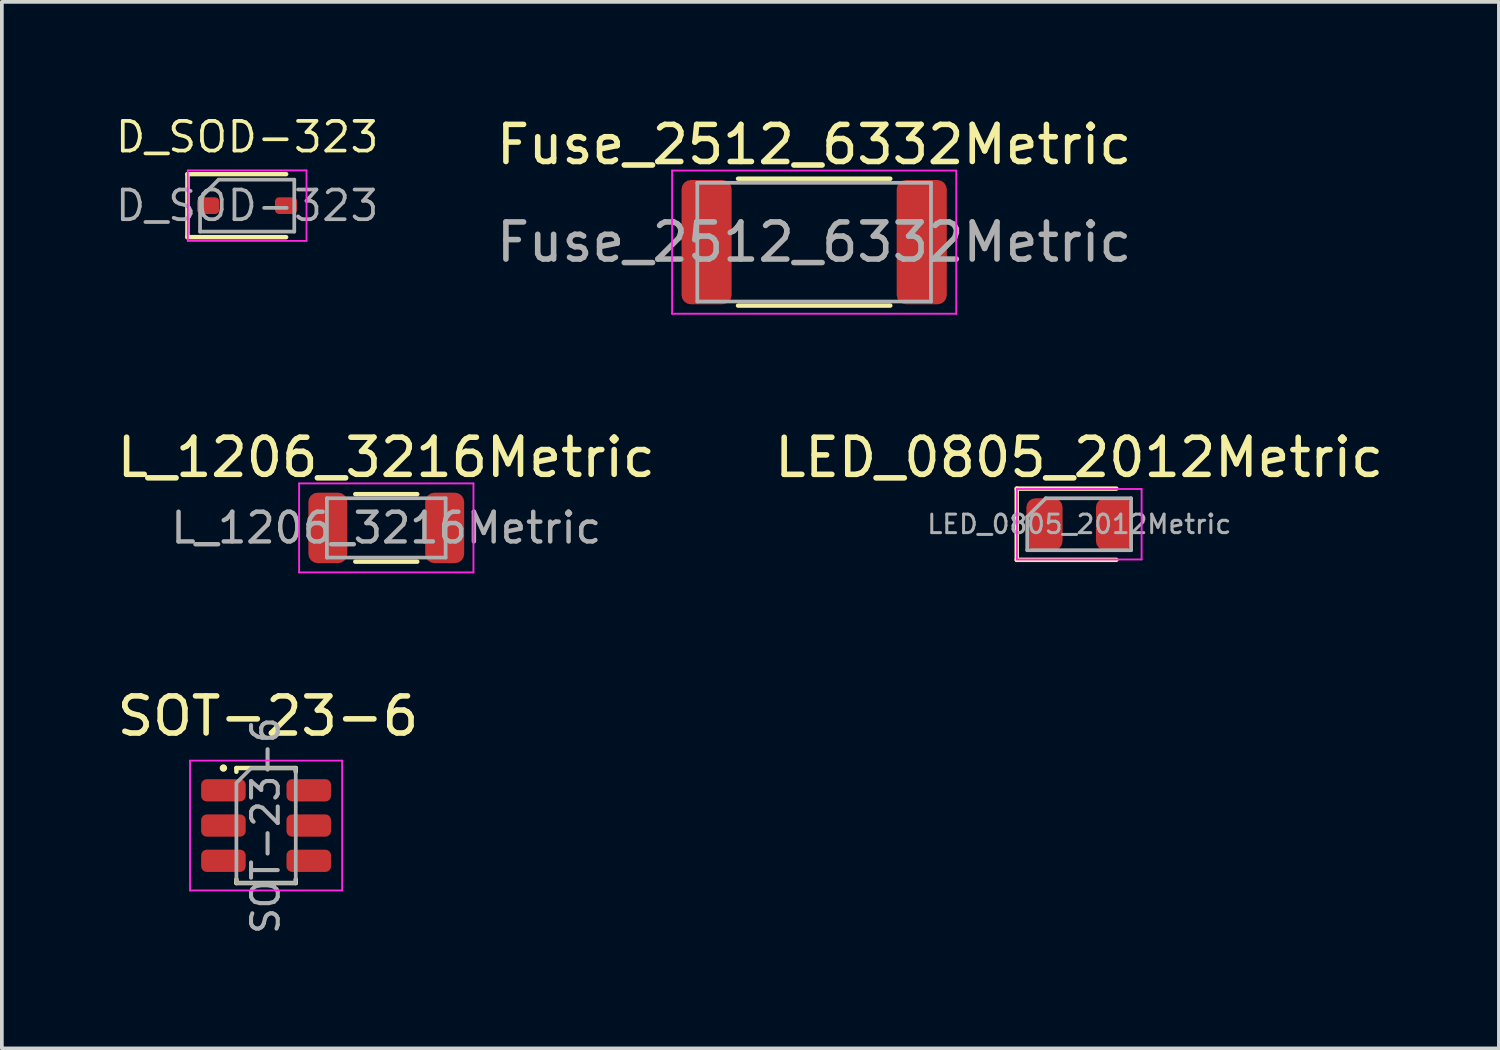
<source format=kicad_pcb>
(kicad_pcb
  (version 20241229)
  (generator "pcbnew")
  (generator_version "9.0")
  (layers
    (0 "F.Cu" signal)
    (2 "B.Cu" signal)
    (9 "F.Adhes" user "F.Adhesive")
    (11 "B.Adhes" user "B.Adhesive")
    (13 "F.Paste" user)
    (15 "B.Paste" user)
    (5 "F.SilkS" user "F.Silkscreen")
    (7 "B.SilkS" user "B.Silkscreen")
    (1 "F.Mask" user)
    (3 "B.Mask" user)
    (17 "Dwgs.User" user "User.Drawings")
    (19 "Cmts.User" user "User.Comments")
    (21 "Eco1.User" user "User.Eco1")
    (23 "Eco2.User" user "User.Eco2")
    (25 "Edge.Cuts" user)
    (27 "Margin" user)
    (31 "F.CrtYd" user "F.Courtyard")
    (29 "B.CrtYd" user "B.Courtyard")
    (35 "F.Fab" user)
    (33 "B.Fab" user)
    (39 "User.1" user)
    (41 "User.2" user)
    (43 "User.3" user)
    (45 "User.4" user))
  (footprint "LED_0805_2012Metric"
    (layer "F.Cu")
    (at 26.042 11.082)
    (property "Reference" "LED_0805_2012Metric" (at 0 -1.8 0) (layer "F.SilkS") (effects (font (size 1 1) (thickness 0.15))))
    (attr smd)
    (fp_line (start -1.683 -0.96) (end -1.683 0.96) (stroke (width 0.12) (type solid)) (layer "F.SilkS"))
    (fp_line (start -1.683 0.96) (end 1.002 0.96) (stroke (width 0.12) (type solid)) (layer "F.SilkS"))
    (fp_line (start 1.002 -0.96) (end -1.683 -0.96) (stroke (width 0.12) (type solid)) (layer "F.SilkS"))
    (fp_line (start -1.677 -0.95) (end 1.683 -0.95) (stroke (width 0.05) (type solid)) (layer "F.CrtYd"))
    (fp_line (start -1.677 0.95) (end -1.677 -0.95) (stroke (width 0.05) (type solid)) (layer "F.CrtYd"))
    (fp_line (start 1.683 -0.95) (end 1.683 0.95) (stroke (width 0.05) (type solid)) (layer "F.CrtYd"))
    (fp_line (start 1.683 0.95) (end -1.677 0.95) (stroke (width 0.05) (type solid)) (layer "F.CrtYd"))
    (fp_line (start -1.4 -0.2) (end -1.4 0.7) (stroke (width 0.1) (type solid)) (layer "F.Fab"))
    (fp_line (start -1.4 0.7) (end 1.4 0.7) (stroke (width 0.1) (type solid)) (layer "F.Fab"))
    (fp_line (start -0.9 -0.7) (end -1.4 -0.2) (stroke (width 0.1) (type default)) (layer "F.Fab"))
    (fp_line (start 1.4 -0.7) (end -0.9 -0.7) (stroke (width 0.1) (type solid)) (layer "F.Fab"))
    (fp_line (start 1.4 0.7) (end 1.4 -0.7) (stroke (width 0.1) (type solid)) (layer "F.Fab"))
    (fp_text user "${REFERENCE}" (at 0.003 0 0) (layer "F.Fab") (effects (font (size 0.5 0.5) (thickness 0.08))))
    (pad "1" smd roundrect (at -0.935 0) (size 0.975 1.4) (layers "F.Cu" "F.Mask" "F.Paste") (roundrect_rratio 0.25))
    (pad "2" smd roundrect (at 0.94 0) (size 0.975 1.4) (layers "F.Cu" "F.Mask" "F.Paste") (roundrect_rratio 0.25)))
  (footprint "SOT-23-6"
    (layer "F.Cu")
    (at 4.123 19.205)
    (property "Reference" "SOT-23-6" (at 0.05 -2.95 0) (layer "F.SilkS") (effects (font (size 1 1) (thickness 0.15))))
    (attr smd)
    (fp_line (start -0.8 -1.55) (end 0.8 -1.55) (stroke (width 0.12) (type solid)) (layer "F.SilkS"))
    (fp_line (start -0.8 -1.45) (end -0.8 -1.55) (stroke (width 0.12) (type solid)) (layer "F.SilkS"))
    (fp_line (start -0.8 1.55) (end -0.8 1.45) (stroke (width 0.12) (type solid)) (layer "F.SilkS"))
    (fp_line (start 0.8 -1.55) (end 0.8 -1.45) (stroke (width 0.12) (type solid)) (layer "F.SilkS"))
    (fp_line (start 0.8 1.45) (end 0.8 1.55) (stroke (width 0.12) (type solid)) (layer "F.SilkS"))
    (fp_line (start 0.8 1.55) (end -0.8 1.55) (stroke (width 0.12) (type solid)) (layer "F.SilkS"))
    (fp_circle (center -1.15 -1.55) (end -1.15 -1.5) (stroke (width 0.1) (type default)) (fill yes) (layer "F.SilkS"))
    (fp_line (start -2.05 -1.75) (end 2.05 -1.75) (stroke (width 0.05) (type solid)) (layer "F.CrtYd"))
    (fp_line (start -2.05 1.75) (end -2.05 -1.75) (stroke (width 0.05) (type solid)) (layer "F.CrtYd"))
    (fp_line (start 2.05 -1.75) (end 2.05 1.75) (stroke (width 0.05) (type solid)) (layer "F.CrtYd"))
    (fp_line (start 2.05 1.75) (end -2.05 1.75) (stroke (width 0.05) (type solid)) (layer "F.CrtYd"))
    (fp_poly (pts (xy -0.8 -1.15) (xy -0.8 1.55) (xy 0.8 1.55) (xy 0.8 -1.55) (xy -0.4 -1.55)) (stroke (width 0.1) (type solid)) (fill no) (layer "F.Fab"))
    (fp_text user "${REFERENCE}" (at -0.013 0 90) (layer "F.Fab") (effects (font (size 0.72 0.72) (thickness 0.11))))
    (pad "1" smd roundrect (at -1.15 -0.95) (size 1.2 0.6) (layers "F.Cu" "F.Mask" "F.Paste") (roundrect_rratio 0.25))
    (pad "2" smd roundrect (at -1.15 0) (size 1.2 0.6) (layers "F.Cu" "F.Mask" "F.Paste") (roundrect_rratio 0.25))
    (pad "3" smd roundrect (at -1.15 0.95) (size 1.2 0.6) (layers "F.Cu" "F.Mask" "F.Paste") (roundrect_rratio 0.25))
    (pad "4" smd roundrect (at 1.15 0.95) (size 1.2 0.6) (layers "F.Cu" "F.Mask" "F.Paste") (roundrect_rratio 0.25))
    (pad "5" smd roundrect (at 1.15 0) (size 1.2 0.6) (layers "F.Cu" "F.Mask" "F.Paste") (roundrect_rratio 0.25))
    (pad "6" smd roundrect (at 1.15 -0.95) (size 1.2 0.6) (layers "F.Cu" "F.Mask" "F.Paste") (roundrect_rratio 0.25)))
  (footprint "Fuse_2512_6332Metric"
    (layer "F.Cu")
    (at 18.898 3.478)
    (property "Reference" "Fuse_2512_6332Metric" (at 0 -2.63 0) (layer "F.SilkS") (effects (font (size 1 1) (thickness 0.15))))
    (attr smd)
    (fp_line (start -2.052 -1.71) (end 2.052 -1.71) (stroke (width 0.12) (type solid)) (layer "F.SilkS"))
    (fp_line (start -2.052 1.71) (end 2.052 1.71) (stroke (width 0.12) (type solid)) (layer "F.SilkS"))
    (fp_line (start -3.83 -1.93) (end 3.83 -1.93) (stroke (width 0.05) (type solid)) (layer "F.CrtYd"))
    (fp_line (start -3.83 1.93) (end -3.83 -1.93) (stroke (width 0.05) (type solid)) (layer "F.CrtYd"))
    (fp_line (start 3.83 -1.93) (end 3.83 1.93) (stroke (width 0.05) (type solid)) (layer "F.CrtYd"))
    (fp_line (start 3.83 1.93) (end -3.83 1.93) (stroke (width 0.05) (type solid)) (layer "F.CrtYd"))
    (fp_line (start -3.15 -1.6) (end 3.15 -1.6) (stroke (width 0.1) (type solid)) (layer "F.Fab"))
    (fp_line (start -3.15 1.6) (end -3.15 -1.6) (stroke (width 0.1) (type solid)) (layer "F.Fab"))
    (fp_line (start 3.15 -1.6) (end 3.15 1.6) (stroke (width 0.1) (type solid)) (layer "F.Fab"))
    (fp_line (start 3.15 1.6) (end -3.15 1.6) (stroke (width 0.1) (type solid)) (layer "F.Fab"))
    (fp_text user "${REFERENCE}" (at 0 0 0) (layer "F.Fab") (effects (font (size 1 1) (thickness 0.15))))
    (pad "1" smd roundrect (at -2.9 0) (size 1.35 3.35) (layers "F.Cu" "F.Mask" "F.Paste") (roundrect_rratio 0.185))
    (pad "2" smd roundrect (at 2.9 0) (size 1.35 3.35) (layers "F.Cu" "F.Mask" "F.Paste") (roundrect_rratio 0.185)))
  (footprint "L_1206_3216Metric"
    (layer "F.Cu")
    (at 7.363 11.181)
    (property "Reference" "L_1206_3216Metric" (at 0 -1.9 0) (layer "F.SilkS") (effects (font (size 1 1) (thickness 0.15))))
    (attr smd)
    (fp_line (start -0.835 -0.91) (end 0.835 -0.91) (stroke (width 0.12) (type solid)) (layer "F.SilkS"))
    (fp_line (start -0.835 0.91) (end 0.835 0.91) (stroke (width 0.12) (type solid)) (layer "F.SilkS"))
    (fp_line (start -2.35 -1.2) (end 2.35 -1.2) (stroke (width 0.05) (type solid)) (layer "F.CrtYd"))
    (fp_line (start -2.35 1.2) (end -2.35 -1.2) (stroke (width 0.05) (type solid)) (layer "F.CrtYd"))
    (fp_line (start 2.35 -1.2) (end 2.35 1.2) (stroke (width 0.05) (type solid)) (layer "F.CrtYd"))
    (fp_line (start 2.35 1.2) (end -2.35 1.2) (stroke (width 0.05) (type solid)) (layer "F.CrtYd"))
    (fp_line (start -1.6 -0.8) (end 1.6 -0.8) (stroke (width 0.1) (type solid)) (layer "F.Fab"))
    (fp_line (start -1.6 0.8) (end -1.6 -0.8) (stroke (width 0.1) (type solid)) (layer "F.Fab"))
    (fp_line (start 1.6 -0.8) (end 1.6 0.8) (stroke (width 0.1) (type solid)) (layer "F.Fab"))
    (fp_line (start 1.6 0.8) (end -1.6 0.8) (stroke (width 0.1) (type solid)) (layer "F.Fab"))
    (fp_text user "${REFERENCE}" (at 0 0 0) (layer "F.Fab") (effects (font (size 0.8 0.8) (thickness 0.12))))
    (pad "1" smd roundrect (at -1.575 0) (size 1.05 1.9) (layers "F.Cu" "F.Mask" "F.Paste") (roundrect_rratio 0.238))
    (pad "2" smd roundrect (at 1.575 0) (size 1.05 1.9) (layers "F.Cu" "F.Mask" "F.Paste") (roundrect_rratio 0.238)))
  (footprint "D_SOD-323"
    (layer "F.Cu")
    (at 3.613 2.494)
    (property "Reference" "D_SOD-323" (at 0 -1.85 0) (layer "F.SilkS") (effects (font (size 0.8 0.8) (thickness 0.1))))
    (attr smd)
    (fp_line (start -1.61 -0.85) (end -1.61 0.85) (stroke (width 0.12) (type solid)) (layer "F.SilkS"))
    (fp_line (start -1.61 -0.85) (end 1.05 -0.85) (stroke (width 0.12) (type solid)) (layer "F.SilkS"))
    (fp_line (start -1.61 0.85) (end 1.05 0.85) (stroke (width 0.12) (type solid)) (layer "F.SilkS"))
    (fp_line (start -1.6 -0.95) (end -1.6 0.95) (stroke (width 0.05) (type solid)) (layer "F.CrtYd"))
    (fp_line (start -1.6 -0.95) (end 1.6 -0.95) (stroke (width 0.05) (type solid)) (layer "F.CrtYd"))
    (fp_line (start -1.6 0.95) (end 1.6 0.95) (stroke (width 0.05) (type solid)) (layer "F.CrtYd"))
    (fp_line (start 1.6 -0.95) (end 1.6 0.95) (stroke (width 0.05) (type solid)) (layer "F.CrtYd"))
    (fp_line (start -1.27 -0.2) (end -0.77 -0.7) (stroke (width 0.1) (type default)) (layer "F.Fab"))
    (fp_line (start -1.27 0.7) (end -1.27 -0.2) (stroke (width 0.1) (type solid)) (layer "F.Fab"))
    (fp_line (start 1.27 -0.7) (end -0.77 -0.7) (stroke (width 0.1) (type solid)) (layer "F.Fab"))
    (fp_line (start 1.27 -0.7) (end 1.27 0.7) (stroke (width 0.1) (type solid)) (layer "F.Fab"))
    (fp_line (start 1.27 0.7) (end -1.27 0.7) (stroke (width 0.1) (type solid)) (layer "F.Fab"))
    (fp_text user "${REFERENCE}" (at 0 0 0) (layer "F.Fab") (effects (font (size 0.8 0.8) (thickness 0.1))))
    (pad "1" smd roundrect (at -1.05 0) (size 0.6 0.45) (layers "F.Cu" "F.Mask" "F.Paste") (roundrect_rratio 0.25))
    (pad "2" smd roundrect (at 1.05 0) (size 0.6 0.45) (layers "F.Cu" "F.Mask" "F.Paste") (roundrect_rratio 0.25)))
  (gr_rect
    (start -3 -3)
    (end 37.357 25.212)
    (stroke (width 0.1) (type default))
    (fill no)
    (layer "Edge.Cuts")))
</source>
